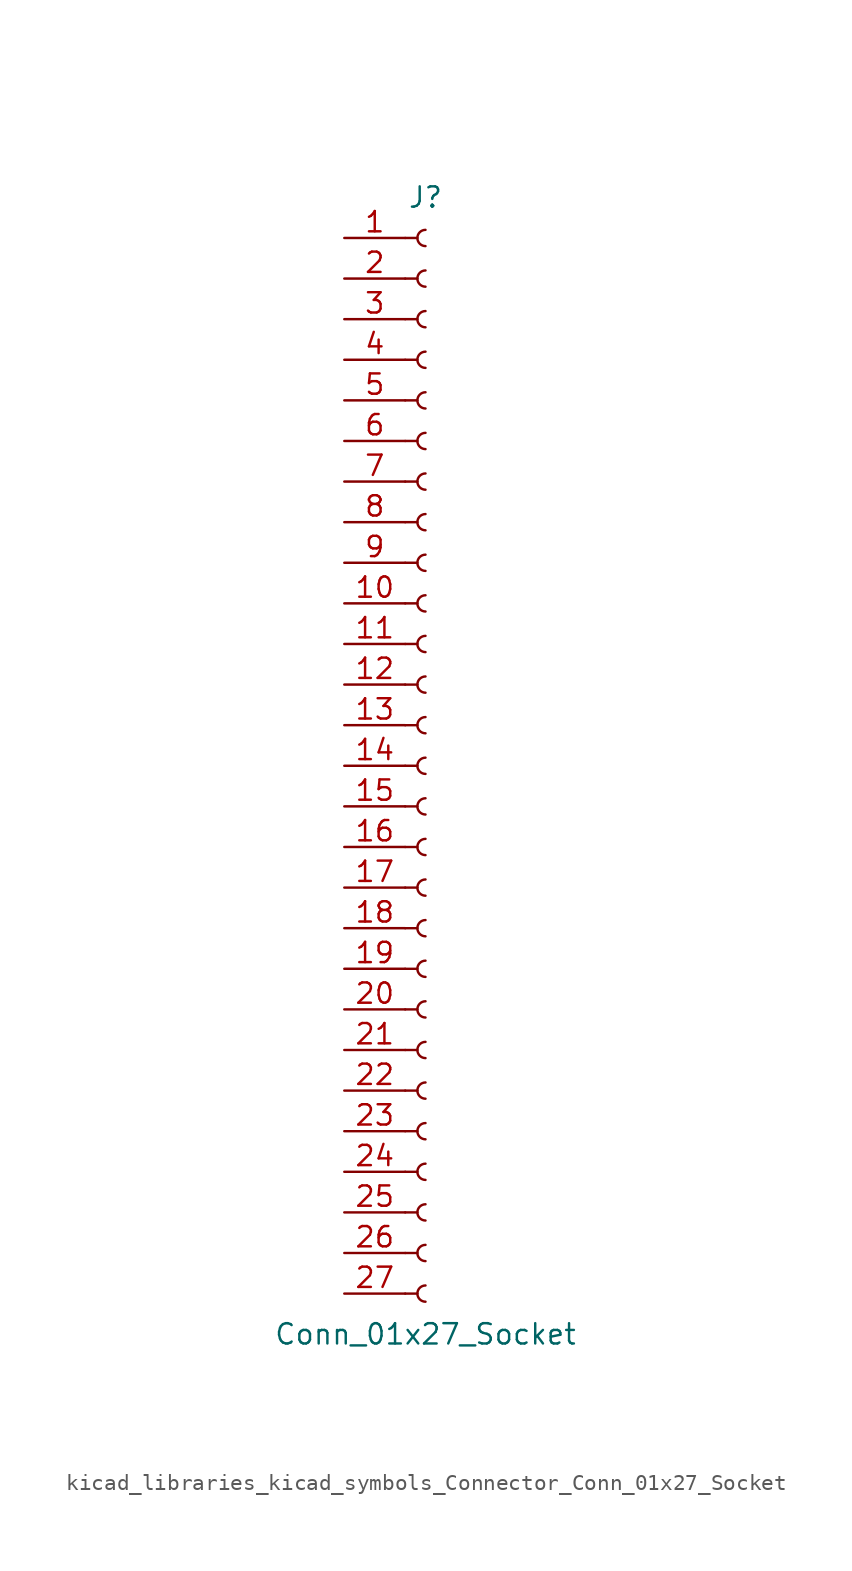
<source format=kicad_sym>
(kicad_symbol_lib
  (version 20220914)
  (generator kicad_symbol_editor)
  (symbol "kicad_libraries_kicad_symbols_Connector_Conn_01x27_Socket"
    (pin_names
      (offset 1.016) hide)
    (property "Reference" "J"
      (at 0 35.56 0)
      (effects (font (size 1.27 1.27))))
    (property "Value" "Conn_01x27_Socket"
      (at 0 -35.56 0)
      (effects (font (size 1.27 1.27))))
    (property "ki_locked" ""
      (at 0 0 0)
      (effects (font (size 1.27 1.27))))
    (symbol "kicad_libraries_kicad_symbols_Connector_Conn_01x27_Socket_1_1"
      (arc (start 0 -32.512) (mid -0.5058 -33.02) (end 0 -33.528) (stroke (width 0.1524) (type default)) (fill (type none)))
      (arc (start 0 -29.972) (mid -0.5058 -30.48) (end 0 -30.988) (stroke (width 0.1524) (type default)) (fill (type none)))
      (arc (start 0 -27.432) (mid -0.5058 -27.94) (end 0 -28.448) (stroke (width 0.1524) (type default)) (fill (type none)))
      (arc (start 0 -24.892) (mid -0.5058 -25.4) (end 0 -25.908) (stroke (width 0.1524) (type default)) (fill (type none)))
      (arc (start 0 -22.352) (mid -0.5058 -22.86) (end 0 -23.368) (stroke (width 0.1524) (type default)) (fill (type none)))
      (arc (start 0 -19.812) (mid -0.5058 -20.32) (end 0 -20.828) (stroke (width 0.1524) (type default)) (fill (type none)))
      (arc (start 0 -17.272) (mid -0.5058 -17.78) (end 0 -18.288) (stroke (width 0.1524) (type default)) (fill (type none)))
      (arc (start 0 -14.732) (mid -0.5058 -15.24) (end 0 -15.748) (stroke (width 0.1524) (type default)) (fill (type none)))
      (arc (start 0 -12.192) (mid -0.5058 -12.7) (end 0 -13.208) (stroke (width 0.1524) (type default)) (fill (type none)))
      (arc (start 0 -9.652) (mid -0.5058 -10.16) (end 0 -10.668) (stroke (width 0.1524) (type default)) (fill (type none)))
      (arc (start 0 -7.112) (mid -0.5058 -7.62) (end 0 -8.128) (stroke (width 0.1524) (type default)) (fill (type none)))
      (arc (start 0 -4.572) (mid -0.5058 -5.08) (end 0 -5.588) (stroke (width 0.1524) (type default)) (fill (type none)))
      (arc (start 0 -2.032) (mid -0.5058 -2.54) (end 0 -3.048) (stroke (width 0.1524) (type default)) (fill (type none)))
      (polyline (pts (xy -1.27 -33.02) (xy -0.508 -33.02)) (stroke (width 0.152) (type default)) (fill (type none)))
      (polyline (pts (xy -1.27 -30.48) (xy -0.508 -30.48)) (stroke (width 0.152) (type default)) (fill (type none)))
      (polyline (pts (xy -1.27 -27.94) (xy -0.508 -27.94)) (stroke (width 0.152) (type default)) (fill (type none)))
      (polyline (pts (xy -1.27 -25.4) (xy -0.508 -25.4)) (stroke (width 0.152) (type default)) (fill (type none)))
      (polyline (pts (xy -1.27 -22.86) (xy -0.508 -22.86)) (stroke (width 0.152) (type default)) (fill (type none)))
      (polyline (pts (xy -1.27 -20.32) (xy -0.508 -20.32)) (stroke (width 0.152) (type default)) (fill (type none)))
      (polyline (pts (xy -1.27 -17.78) (xy -0.508 -17.78)) (stroke (width 0.152) (type default)) (fill (type none)))
      (polyline (pts (xy -1.27 -15.24) (xy -0.508 -15.24)) (stroke (width 0.152) (type default)) (fill (type none)))
      (polyline (pts (xy -1.27 -12.7) (xy -0.508 -12.7)) (stroke (width 0.152) (type default)) (fill (type none)))
      (polyline (pts (xy -1.27 -10.16) (xy -0.508 -10.16)) (stroke (width 0.152) (type default)) (fill (type none)))
      (polyline (pts (xy -1.27 -7.62) (xy -0.508 -7.62)) (stroke (width 0.152) (type default)) (fill (type none)))
      (polyline (pts (xy -1.27 -5.08) (xy -0.508 -5.08)) (stroke (width 0.152) (type default)) (fill (type none)))
      (polyline (pts (xy -1.27 -2.54) (xy -0.508 -2.54)) (stroke (width 0.152) (type default)) (fill (type none)))
      (polyline (pts (xy -1.27 0) (xy -0.508 0)) (stroke (width 0.152) (type default)) (fill (type none)))
      (polyline (pts (xy -1.27 2.54) (xy -0.508 2.54)) (stroke (width 0.152) (type default)) (fill (type none)))
      (polyline (pts (xy -1.27 5.08) (xy -0.508 5.08)) (stroke (width 0.152) (type default)) (fill (type none)))
      (polyline (pts (xy -1.27 7.62) (xy -0.508 7.62)) (stroke (width 0.152) (type default)) (fill (type none)))
      (polyline (pts (xy -1.27 10.16) (xy -0.508 10.16)) (stroke (width 0.152) (type default)) (fill (type none)))
      (polyline (pts (xy -1.27 12.7) (xy -0.508 12.7)) (stroke (width 0.152) (type default)) (fill (type none)))
      (polyline (pts (xy -1.27 15.24) (xy -0.508 15.24)) (stroke (width 0.152) (type default)) (fill (type none)))
      (polyline (pts (xy -1.27 17.78) (xy -0.508 17.78)) (stroke (width 0.152) (type default)) (fill (type none)))
      (polyline (pts (xy -1.27 20.32) (xy -0.508 20.32)) (stroke (width 0.152) (type default)) (fill (type none)))
      (polyline (pts (xy -1.27 22.86) (xy -0.508 22.86)) (stroke (width 0.152) (type default)) (fill (type none)))
      (polyline (pts (xy -1.27 25.4) (xy -0.508 25.4)) (stroke (width 0.152) (type default)) (fill (type none)))
      (polyline (pts (xy -1.27 27.94) (xy -0.508 27.94)) (stroke (width 0.152) (type default)) (fill (type none)))
      (polyline (pts (xy -1.27 30.48) (xy -0.508 30.48)) (stroke (width 0.152) (type default)) (fill (type none)))
      (polyline (pts (xy -1.27 33.02) (xy -0.508 33.02)) (stroke (width 0.152) (type default)) (fill (type none)))
      (arc (start 0 0.508) (mid -0.5058 0) (end 0 -0.508) (stroke (width 0.1524) (type default)) (fill (type none)))
      (arc (start 0 3.048) (mid -0.5058 2.54) (end 0 2.032) (stroke (width 0.1524) (type default)) (fill (type none)))
      (arc (start 0 5.588) (mid -0.5058 5.08) (end 0 4.572) (stroke (width 0.1524) (type default)) (fill (type none)))
      (arc (start 0 8.128) (mid -0.5058 7.62) (end 0 7.112) (stroke (width 0.1524) (type default)) (fill (type none)))
      (arc (start 0 10.668) (mid -0.5058 10.16) (end 0 9.652) (stroke (width 0.1524) (type default)) (fill (type none)))
      (arc (start 0 13.208) (mid -0.5058 12.7) (end 0 12.192) (stroke (width 0.1524) (type default)) (fill (type none)))
      (arc (start 0 15.748) (mid -0.5058 15.24) (end 0 14.732) (stroke (width 0.1524) (type default)) (fill (type none)))
      (arc (start 0 18.288) (mid -0.5058 17.78) (end 0 17.272) (stroke (width 0.1524) (type default)) (fill (type none)))
      (arc (start 0 20.828) (mid -0.5058 20.32) (end 0 19.812) (stroke (width 0.1524) (type default)) (fill (type none)))
      (arc (start 0 23.368) (mid -0.5058 22.86) (end 0 22.352) (stroke (width 0.1524) (type default)) (fill (type none)))
      (arc (start 0 25.908) (mid -0.5058 25.4) (end 0 24.892) (stroke (width 0.1524) (type default)) (fill (type none)))
      (arc (start 0 28.448) (mid -0.5058 27.94) (end 0 27.432) (stroke (width 0.1524) (type default)) (fill (type none)))
      (arc (start 0 30.988) (mid -0.5058 30.48) (end 0 29.972) (stroke (width 0.1524) (type default)) (fill (type none)))
      (arc (start 0 33.528) (mid -0.5058 33.02) (end 0 32.512) (stroke (width 0.1524) (type default)) (fill (type none)))
      (pin passive line (at -5.08 33.02 0) (length 3.81) (name "Pin_1" (effects (font (size 1.27 1.27)))) (number "1" (effects (font (size 1.27 1.27)))))
      (pin passive line (at -5.08 10.16 0) (length 3.81) (name "Pin_10" (effects (font (size 1.27 1.27)))) (number "10" (effects (font (size 1.27 1.27)))))
      (pin passive line (at -5.08 7.62 0) (length 3.81) (name "Pin_11" (effects (font (size 1.27 1.27)))) (number "11" (effects (font (size 1.27 1.27)))))
      (pin passive line (at -5.08 5.08 0) (length 3.81) (name "Pin_12" (effects (font (size 1.27 1.27)))) (number "12" (effects (font (size 1.27 1.27)))))
      (pin passive line (at -5.08 2.54 0) (length 3.81) (name "Pin_13" (effects (font (size 1.27 1.27)))) (number "13" (effects (font (size 1.27 1.27)))))
      (pin passive line (at -5.08 0 0) (length 3.81) (name "Pin_14" (effects (font (size 1.27 1.27)))) (number "14" (effects (font (size 1.27 1.27)))))
      (pin passive line (at -5.08 -2.54 0) (length 3.81) (name "Pin_15" (effects (font (size 1.27 1.27)))) (number "15" (effects (font (size 1.27 1.27)))))
      (pin passive line (at -5.08 -5.08 0) (length 3.81) (name "Pin_16" (effects (font (size 1.27 1.27)))) (number "16" (effects (font (size 1.27 1.27)))))
      (pin passive line (at -5.08 -7.62 0) (length 3.81) (name "Pin_17" (effects (font (size 1.27 1.27)))) (number "17" (effects (font (size 1.27 1.27)))))
      (pin passive line (at -5.08 -10.16 0) (length 3.81) (name "Pin_18" (effects (font (size 1.27 1.27)))) (number "18" (effects (font (size 1.27 1.27)))))
      (pin passive line (at -5.08 -12.7 0) (length 3.81) (name "Pin_19" (effects (font (size 1.27 1.27)))) (number "19" (effects (font (size 1.27 1.27)))))
      (pin passive line (at -5.08 30.48 0) (length 3.81) (name "Pin_2" (effects (font (size 1.27 1.27)))) (number "2" (effects (font (size 1.27 1.27)))))
      (pin passive line (at -5.08 -15.24 0) (length 3.81) (name "Pin_20" (effects (font (size 1.27 1.27)))) (number "20" (effects (font (size 1.27 1.27)))))
      (pin passive line (at -5.08 -17.78 0) (length 3.81) (name "Pin_21" (effects (font (size 1.27 1.27)))) (number "21" (effects (font (size 1.27 1.27)))))
      (pin passive line (at -5.08 -20.32 0) (length 3.81) (name "Pin_22" (effects (font (size 1.27 1.27)))) (number "22" (effects (font (size 1.27 1.27)))))
      (pin passive line (at -5.08 -22.86 0) (length 3.81) (name "Pin_23" (effects (font (size 1.27 1.27)))) (number "23" (effects (font (size 1.27 1.27)))))
      (pin passive line (at -5.08 -25.4 0) (length 3.81) (name "Pin_24" (effects (font (size 1.27 1.27)))) (number "24" (effects (font (size 1.27 1.27)))))
      (pin passive line (at -5.08 -27.94 0) (length 3.81) (name "Pin_25" (effects (font (size 1.27 1.27)))) (number "25" (effects (font (size 1.27 1.27)))))
      (pin passive line (at -5.08 -30.48 0) (length 3.81) (name "Pin_26" (effects (font (size 1.27 1.27)))) (number "26" (effects (font (size 1.27 1.27)))))
      (pin passive line (at -5.08 -33.02 0) (length 3.81) (name "Pin_27" (effects (font (size 1.27 1.27)))) (number "27" (effects (font (size 1.27 1.27)))))
      (pin passive line (at -5.08 27.94 0) (length 3.81) (name "Pin_3" (effects (font (size 1.27 1.27)))) (number "3" (effects (font (size 1.27 1.27)))))
      (pin passive line (at -5.08 25.4 0) (length 3.81) (name "Pin_4" (effects (font (size 1.27 1.27)))) (number "4" (effects (font (size 1.27 1.27)))))
      (pin passive line (at -5.08 22.86 0) (length 3.81) (name "Pin_5" (effects (font (size 1.27 1.27)))) (number "5" (effects (font (size 1.27 1.27)))))
      (pin passive line (at -5.08 20.32 0) (length 3.81) (name "Pin_6" (effects (font (size 1.27 1.27)))) (number "6" (effects (font (size 1.27 1.27)))))
      (pin passive line (at -5.08 17.78 0) (length 3.81) (name "Pin_7" (effects (font (size 1.27 1.27)))) (number "7" (effects (font (size 1.27 1.27)))))
      (pin passive line (at -5.08 15.24 0) (length 3.81) (name "Pin_8" (effects (font (size 1.27 1.27)))) (number "8" (effects (font (size 1.27 1.27)))))
      (pin passive line (at -5.08 12.7 0) (length 3.81) (name "Pin_9" (effects (font (size 1.27 1.27)))) (number "9" (effects (font (size 1.27 1.27))))))))
</source>
